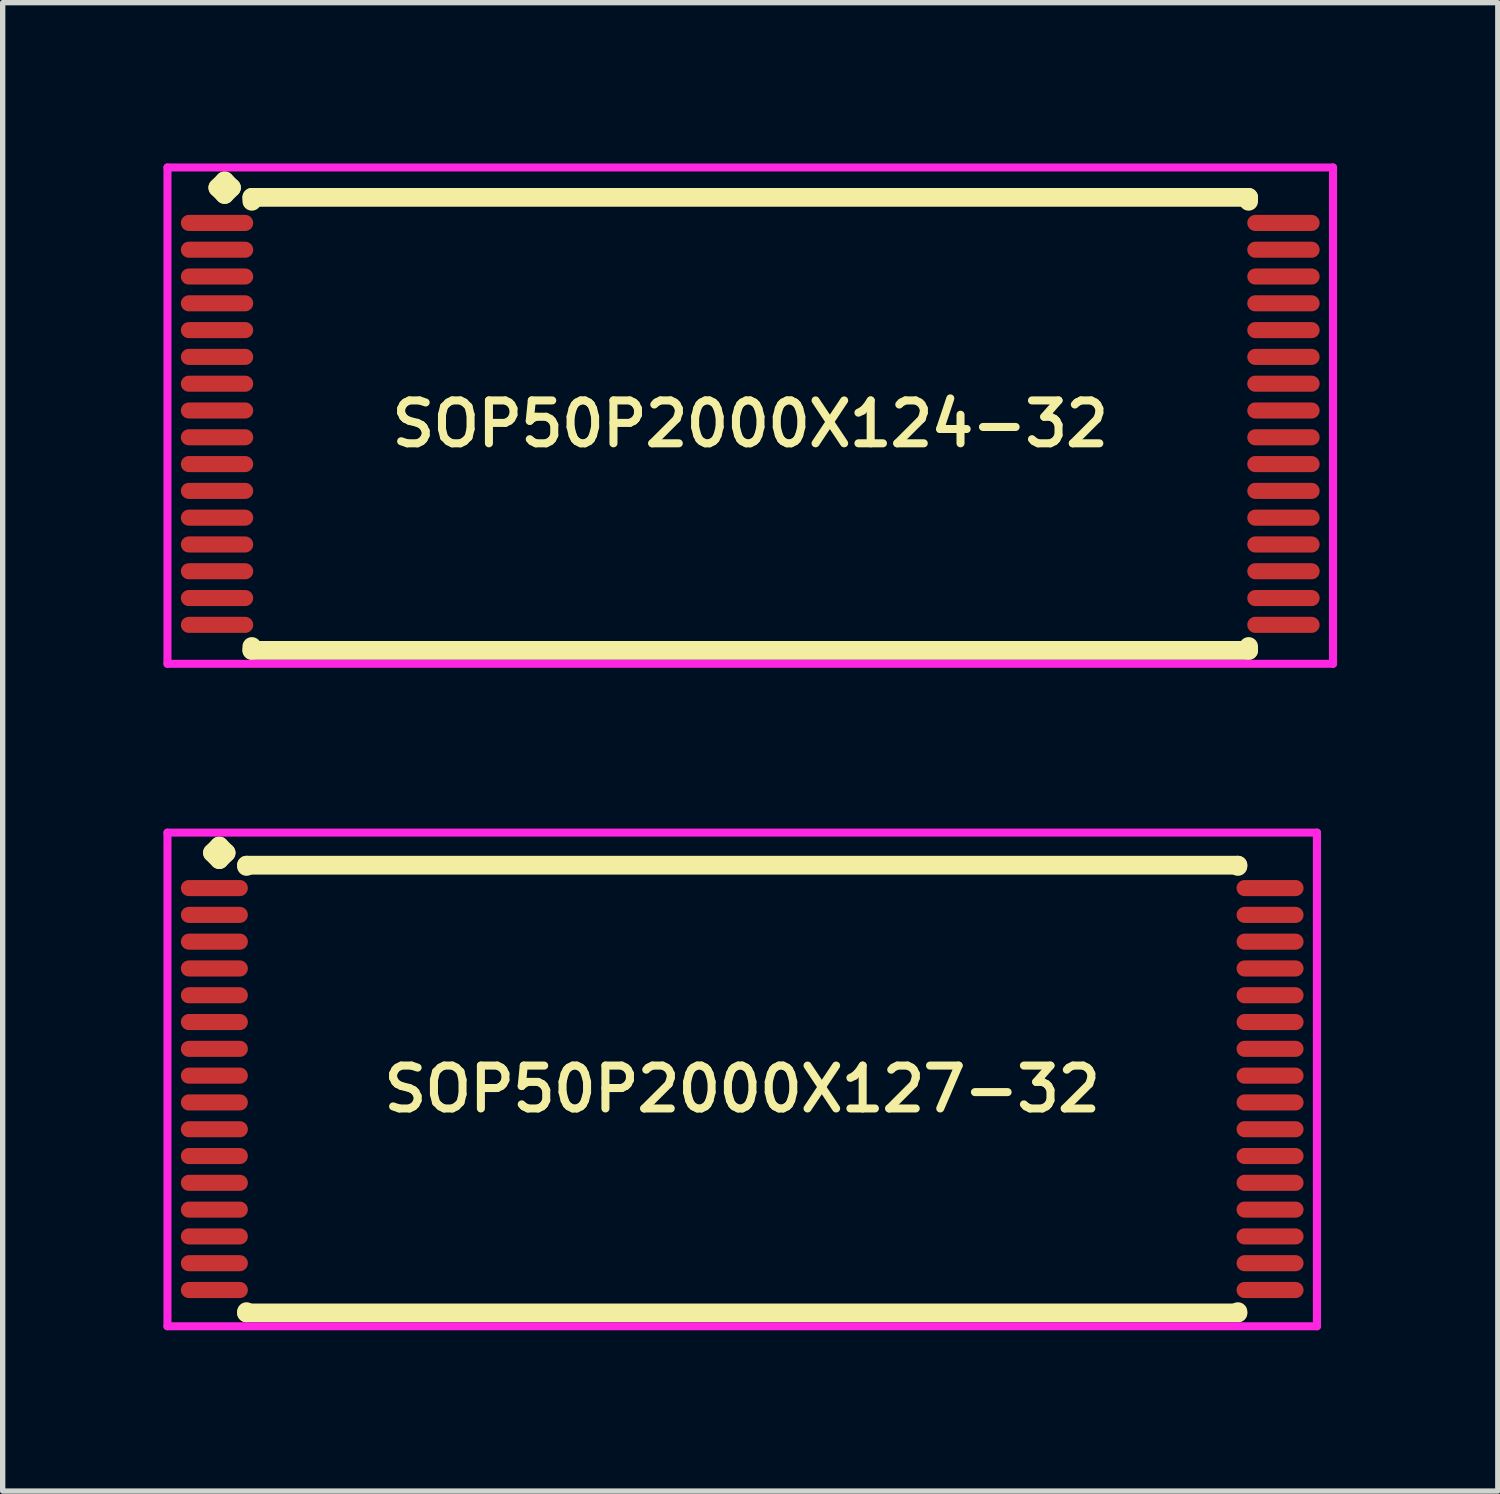
<source format=kicad_pcb>
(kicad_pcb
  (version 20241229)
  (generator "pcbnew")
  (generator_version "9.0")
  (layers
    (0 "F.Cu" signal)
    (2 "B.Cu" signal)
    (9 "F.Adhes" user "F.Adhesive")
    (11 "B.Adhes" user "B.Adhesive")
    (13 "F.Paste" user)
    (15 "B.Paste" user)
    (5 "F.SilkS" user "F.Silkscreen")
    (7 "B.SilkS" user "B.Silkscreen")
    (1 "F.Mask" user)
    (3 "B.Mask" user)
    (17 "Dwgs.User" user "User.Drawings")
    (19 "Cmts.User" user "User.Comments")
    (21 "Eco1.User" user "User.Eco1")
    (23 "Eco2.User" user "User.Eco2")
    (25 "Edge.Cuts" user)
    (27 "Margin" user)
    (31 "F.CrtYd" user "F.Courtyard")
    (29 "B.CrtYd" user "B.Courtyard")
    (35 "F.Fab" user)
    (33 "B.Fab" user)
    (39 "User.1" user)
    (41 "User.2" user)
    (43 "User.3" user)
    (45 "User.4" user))
  (footprint "SOP50P2000X124-32"
    (layer "F.Cu")
    (at 10.95 4.86)
    (property "Reference" "SOP50P2000X124-32" (at 0 0 0) (layer "F.SilkS") (effects (font (size 0.8 0.8) (thickness 0.15))))
    (attr smd)
    (fp_line (start -9.935 -4.408) (end -9.808 -4.535) (stroke (width 0.35) (type solid)) (layer "F.SilkS"))
    (fp_line (start -9.808 -4.535) (end -9.681 -4.408) (stroke (width 0.35) (type solid)) (layer "F.SilkS"))
    (fp_line (start -9.808 -4.281) (end -9.935 -4.408) (stroke (width 0.35) (type solid)) (layer "F.SilkS"))
    (fp_line (start -9.681 -4.408) (end -9.808 -4.281) (stroke (width 0.35) (type solid)) (layer "F.SilkS"))
    (fp_line (start -9.3 -4.227) (end 9.3 -4.227) (stroke (width 0.35) (type solid)) (layer "F.SilkS"))
    (fp_line (start -9.3 -4.154) (end -9.3 -4.227) (stroke (width 0.35) (type solid)) (layer "F.SilkS"))
    (fp_line (start -9.3 4.154) (end -9.3 4.227) (stroke (width 0.35) (type solid)) (layer "F.SilkS"))
    (fp_line (start -9.3 4.227) (end 9.3 4.227) (stroke (width 0.35) (type solid)) (layer "F.SilkS"))
    (fp_line (start 9.3 -4.227) (end 9.3 -4.154) (stroke (width 0.35) (type solid)) (layer "F.SilkS"))
    (fp_line (start 9.3 4.227) (end 9.3 4.154) (stroke (width 0.35) (type solid)) (layer "F.SilkS"))
    (fp_line (start -10.875 -4.785) (end 10.875 -4.785) (stroke (width 0.15) (type solid)) (layer "F.CrtYd"))
    (fp_line (start -10.875 4.477) (end -10.875 -4.785) (stroke (width 0.15) (type solid)) (layer "F.CrtYd"))
    (fp_line (start 10.875 -4.785) (end 10.875 4.477) (stroke (width 0.15) (type solid)) (layer "F.CrtYd"))
    (fp_line (start 10.875 4.477) (end -10.875 4.477) (stroke (width 0.15) (type solid)) (layer "F.CrtYd"))
    (pad "1" smd oval (at -9.95 -3.75) (size 1.35 0.3) (layers "F.Cu" "F.Mask" "F.Paste"))
    (pad "2" smd oval (at -9.95 -3.25) (size 1.35 0.3) (layers "F.Cu" "F.Mask" "F.Paste"))
    (pad "3" smd oval (at -9.95 -2.75) (size 1.35 0.3) (layers "F.Cu" "F.Mask" "F.Paste"))
    (pad "4" smd oval (at -9.95 -2.25) (size 1.35 0.3) (layers "F.Cu" "F.Mask" "F.Paste"))
    (pad "5" smd oval (at -9.95 -1.75) (size 1.35 0.3) (layers "F.Cu" "F.Mask" "F.Paste"))
    (pad "6" smd oval (at -9.95 -1.25) (size 1.35 0.3) (layers "F.Cu" "F.Mask" "F.Paste"))
    (pad "7" smd oval (at -9.95 -0.75) (size 1.35 0.3) (layers "F.Cu" "F.Mask" "F.Paste"))
    (pad "8" smd oval (at -9.95 -0.25) (size 1.35 0.3) (layers "F.Cu" "F.Mask" "F.Paste"))
    (pad "9" smd oval (at -9.95 0.25) (size 1.35 0.3) (layers "F.Cu" "F.Mask" "F.Paste"))
    (pad "10" smd oval (at -9.95 0.75) (size 1.35 0.3) (layers "F.Cu" "F.Mask" "F.Paste"))
    (pad "11" smd oval (at -9.95 1.25) (size 1.35 0.3) (layers "F.Cu" "F.Mask" "F.Paste"))
    (pad "12" smd oval (at -9.95 1.75) (size 1.35 0.3) (layers "F.Cu" "F.Mask" "F.Paste"))
    (pad "13" smd oval (at -9.95 2.25) (size 1.35 0.3) (layers "F.Cu" "F.Mask" "F.Paste"))
    (pad "14" smd oval (at -9.95 2.75) (size 1.35 0.3) (layers "F.Cu" "F.Mask" "F.Paste"))
    (pad "15" smd oval (at -9.95 3.25) (size 1.35 0.3) (layers "F.Cu" "F.Mask" "F.Paste"))
    (pad "16" smd oval (at -9.95 3.75) (size 1.35 0.3) (layers "F.Cu" "F.Mask" "F.Paste"))
    (pad "17" smd oval (at 9.95 3.75) (size 1.35 0.3) (layers "F.Cu" "F.Mask" "F.Paste"))
    (pad "18" smd oval (at 9.95 3.25) (size 1.35 0.3) (layers "F.Cu" "F.Mask" "F.Paste"))
    (pad "19" smd oval (at 9.95 2.75) (size 1.35 0.3) (layers "F.Cu" "F.Mask" "F.Paste"))
    (pad "20" smd oval (at 9.95 2.25) (size 1.35 0.3) (layers "F.Cu" "F.Mask" "F.Paste"))
    (pad "21" smd oval (at 9.95 1.75) (size 1.35 0.3) (layers "F.Cu" "F.Mask" "F.Paste"))
    (pad "22" smd oval (at 9.95 1.25) (size 1.35 0.3) (layers "F.Cu" "F.Mask" "F.Paste"))
    (pad "23" smd oval (at 9.95 0.75) (size 1.35 0.3) (layers "F.Cu" "F.Mask" "F.Paste"))
    (pad "24" smd oval (at 9.95 0.25) (size 1.35 0.3) (layers "F.Cu" "F.Mask" "F.Paste"))
    (pad "25" smd oval (at 9.95 -0.25) (size 1.35 0.3) (layers "F.Cu" "F.Mask" "F.Paste"))
    (pad "26" smd oval (at 9.95 -0.75) (size 1.35 0.3) (layers "F.Cu" "F.Mask" "F.Paste"))
    (pad "27" smd oval (at 9.95 -1.25) (size 1.35 0.3) (layers "F.Cu" "F.Mask" "F.Paste"))
    (pad "28" smd oval (at 9.95 -1.75) (size 1.35 0.3) (layers "F.Cu" "F.Mask" "F.Paste"))
    (pad "29" smd oval (at 9.95 -2.25) (size 1.35 0.3) (layers "F.Cu" "F.Mask" "F.Paste"))
    (pad "30" smd oval (at 9.95 -2.75) (size 1.35 0.3) (layers "F.Cu" "F.Mask" "F.Paste"))
    (pad "31" smd oval (at 9.95 -3.25) (size 1.35 0.3) (layers "F.Cu" "F.Mask" "F.Paste"))
    (pad "32" smd oval (at 9.95 -3.75) (size 1.35 0.3) (layers "F.Cu" "F.Mask" "F.Paste")))
  (footprint "SOP50P2000X127-32"
    (layer "F.Cu")
    (at 10.8 17.272)
    (property "Reference" "SOP50P2000X127-32" (at 0 0 0) (layer "F.SilkS") (effects (font (size 0.8 0.8) (thickness 0.15))))
    (attr smd)
    (fp_line (start -9.885 -4.408) (end -9.758 -4.535) (stroke (width 0.35) (type solid)) (layer "F.SilkS"))
    (fp_line (start -9.758 -4.535) (end -9.631 -4.408) (stroke (width 0.35) (type solid)) (layer "F.SilkS"))
    (fp_line (start -9.758 -4.281) (end -9.885 -4.408) (stroke (width 0.35) (type solid)) (layer "F.SilkS"))
    (fp_line (start -9.631 -4.408) (end -9.758 -4.281) (stroke (width 0.35) (type solid)) (layer "F.SilkS"))
    (fp_line (start -9.25 -4.177) (end 9.25 -4.177) (stroke (width 0.35) (type solid)) (layer "F.SilkS"))
    (fp_line (start -9.25 -4.154) (end -9.25 -4.177) (stroke (width 0.35) (type solid)) (layer "F.SilkS"))
    (fp_line (start -9.25 4.154) (end -9.25 4.177) (stroke (width 0.35) (type solid)) (layer "F.SilkS"))
    (fp_line (start -9.25 4.177) (end 9.25 4.177) (stroke (width 0.35) (type solid)) (layer "F.SilkS"))
    (fp_line (start 9.25 -4.177) (end 9.25 -4.154) (stroke (width 0.35) (type solid)) (layer "F.SilkS"))
    (fp_line (start 9.25 4.177) (end 9.25 4.154) (stroke (width 0.35) (type solid)) (layer "F.SilkS"))
    (fp_line (start -10.725 -4.785) (end 10.725 -4.785) (stroke (width 0.15) (type solid)) (layer "F.CrtYd"))
    (fp_line (start -10.725 4.427) (end -10.725 -4.785) (stroke (width 0.15) (type solid)) (layer "F.CrtYd"))
    (fp_line (start 10.725 -4.785) (end 10.725 4.427) (stroke (width 0.15) (type solid)) (layer "F.CrtYd"))
    (fp_line (start 10.725 4.427) (end -10.725 4.427) (stroke (width 0.15) (type solid)) (layer "F.CrtYd"))
    (pad "1" smd oval (at -9.85 -3.75) (size 1.25 0.3) (layers "F.Cu" "F.Mask" "F.Paste"))
    (pad "2" smd oval (at -9.85 -3.25) (size 1.25 0.3) (layers "F.Cu" "F.Mask" "F.Paste"))
    (pad "3" smd oval (at -9.85 -2.75) (size 1.25 0.3) (layers "F.Cu" "F.Mask" "F.Paste"))
    (pad "4" smd oval (at -9.85 -2.25) (size 1.25 0.3) (layers "F.Cu" "F.Mask" "F.Paste"))
    (pad "5" smd oval (at -9.85 -1.75) (size 1.25 0.3) (layers "F.Cu" "F.Mask" "F.Paste"))
    (pad "6" smd oval (at -9.85 -1.25) (size 1.25 0.3) (layers "F.Cu" "F.Mask" "F.Paste"))
    (pad "7" smd oval (at -9.85 -0.75) (size 1.25 0.3) (layers "F.Cu" "F.Mask" "F.Paste"))
    (pad "8" smd oval (at -9.85 -0.25) (size 1.25 0.3) (layers "F.Cu" "F.Mask" "F.Paste"))
    (pad "9" smd oval (at -9.85 0.25) (size 1.25 0.3) (layers "F.Cu" "F.Mask" "F.Paste"))
    (pad "10" smd oval (at -9.85 0.75) (size 1.25 0.3) (layers "F.Cu" "F.Mask" "F.Paste"))
    (pad "11" smd oval (at -9.85 1.25) (size 1.25 0.3) (layers "F.Cu" "F.Mask" "F.Paste"))
    (pad "12" smd oval (at -9.85 1.75) (size 1.25 0.3) (layers "F.Cu" "F.Mask" "F.Paste"))
    (pad "13" smd oval (at -9.85 2.25) (size 1.25 0.3) (layers "F.Cu" "F.Mask" "F.Paste"))
    (pad "14" smd oval (at -9.85 2.75) (size 1.25 0.3) (layers "F.Cu" "F.Mask" "F.Paste"))
    (pad "15" smd oval (at -9.85 3.25) (size 1.25 0.3) (layers "F.Cu" "F.Mask" "F.Paste"))
    (pad "16" smd oval (at -9.85 3.75) (size 1.25 0.3) (layers "F.Cu" "F.Mask" "F.Paste"))
    (pad "17" smd oval (at 9.85 3.75) (size 1.25 0.3) (layers "F.Cu" "F.Mask" "F.Paste"))
    (pad "18" smd oval (at 9.85 3.25) (size 1.25 0.3) (layers "F.Cu" "F.Mask" "F.Paste"))
    (pad "19" smd oval (at 9.85 2.75) (size 1.25 0.3) (layers "F.Cu" "F.Mask" "F.Paste"))
    (pad "20" smd oval (at 9.85 2.25) (size 1.25 0.3) (layers "F.Cu" "F.Mask" "F.Paste"))
    (pad "21" smd oval (at 9.85 1.75) (size 1.25 0.3) (layers "F.Cu" "F.Mask" "F.Paste"))
    (pad "22" smd oval (at 9.85 1.25) (size 1.25 0.3) (layers "F.Cu" "F.Mask" "F.Paste"))
    (pad "23" smd oval (at 9.85 0.75) (size 1.25 0.3) (layers "F.Cu" "F.Mask" "F.Paste"))
    (pad "24" smd oval (at 9.85 0.25) (size 1.25 0.3) (layers "F.Cu" "F.Mask" "F.Paste"))
    (pad "25" smd oval (at 9.85 -0.25) (size 1.25 0.3) (layers "F.Cu" "F.Mask" "F.Paste"))
    (pad "26" smd oval (at 9.85 -0.75) (size 1.25 0.3) (layers "F.Cu" "F.Mask" "F.Paste"))
    (pad "27" smd oval (at 9.85 -1.25) (size 1.25 0.3) (layers "F.Cu" "F.Mask" "F.Paste"))
    (pad "28" smd oval (at 9.85 -1.75) (size 1.25 0.3) (layers "F.Cu" "F.Mask" "F.Paste"))
    (pad "29" smd oval (at 9.85 -2.25) (size 1.25 0.3) (layers "F.Cu" "F.Mask" "F.Paste"))
    (pad "30" smd oval (at 9.85 -2.75) (size 1.25 0.3) (layers "F.Cu" "F.Mask" "F.Paste"))
    (pad "31" smd oval (at 9.85 -3.25) (size 1.25 0.3) (layers "F.Cu" "F.Mask" "F.Paste"))
    (pad "32" smd oval (at 9.85 -3.75) (size 1.25 0.3) (layers "F.Cu" "F.Mask" "F.Paste")))
  (gr_rect
    (start -3 -3)
    (end 24.9 24.774)
    (stroke (width 0.1) (type default))
    (fill no)
    (layer "Edge.Cuts")))
</source>
